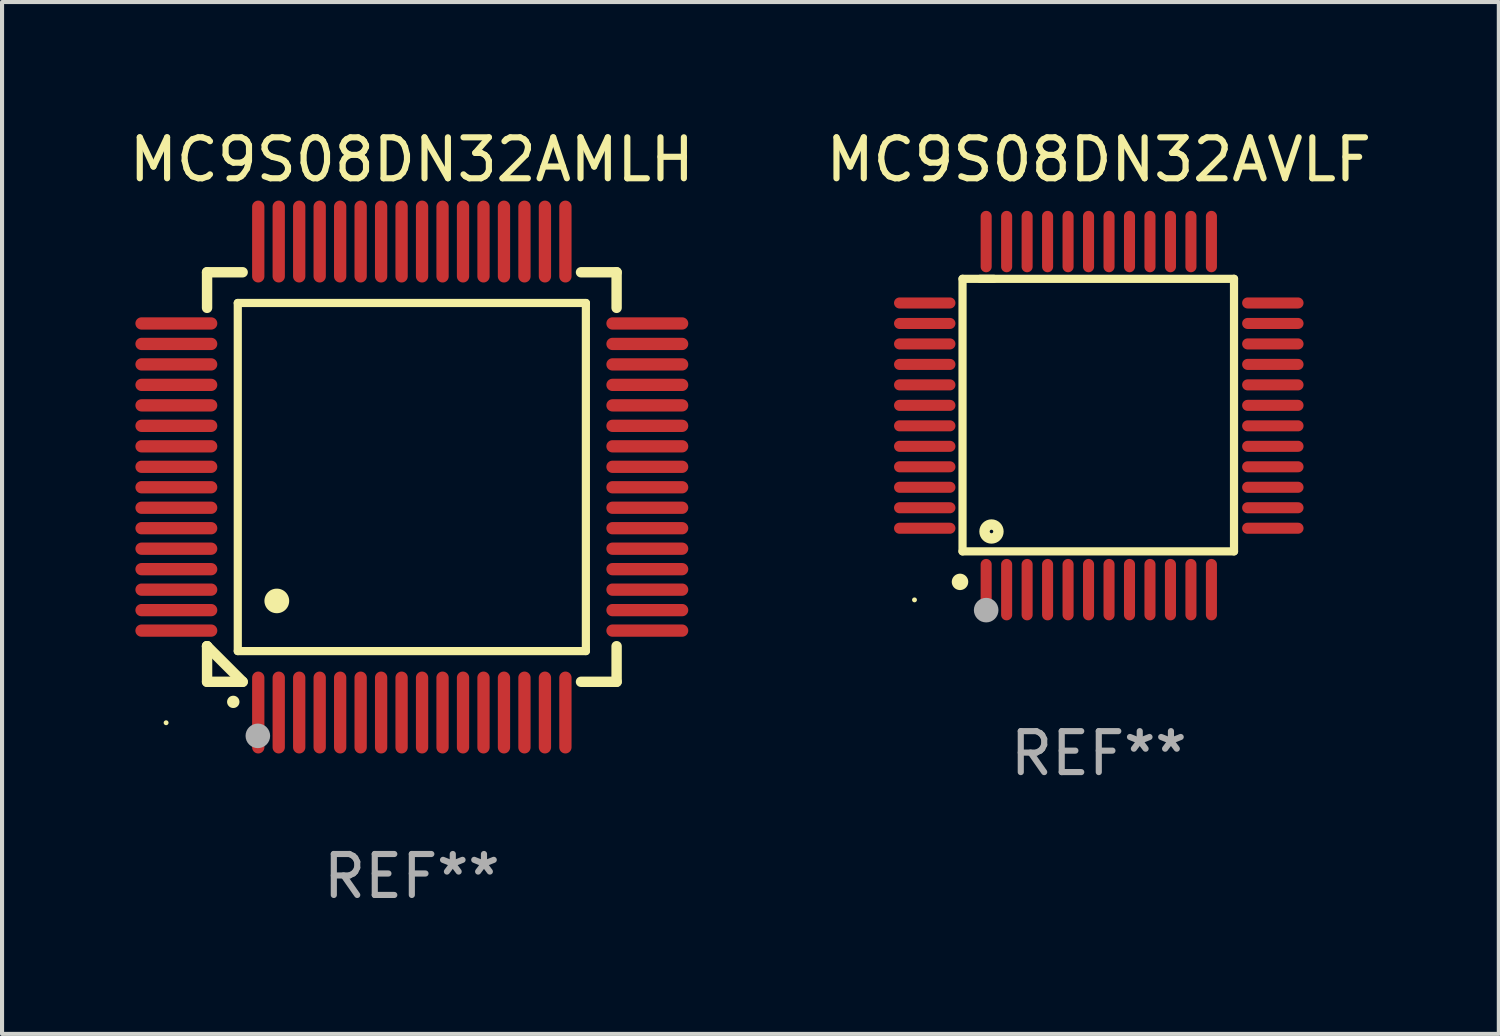
<source format=kicad_pcb>
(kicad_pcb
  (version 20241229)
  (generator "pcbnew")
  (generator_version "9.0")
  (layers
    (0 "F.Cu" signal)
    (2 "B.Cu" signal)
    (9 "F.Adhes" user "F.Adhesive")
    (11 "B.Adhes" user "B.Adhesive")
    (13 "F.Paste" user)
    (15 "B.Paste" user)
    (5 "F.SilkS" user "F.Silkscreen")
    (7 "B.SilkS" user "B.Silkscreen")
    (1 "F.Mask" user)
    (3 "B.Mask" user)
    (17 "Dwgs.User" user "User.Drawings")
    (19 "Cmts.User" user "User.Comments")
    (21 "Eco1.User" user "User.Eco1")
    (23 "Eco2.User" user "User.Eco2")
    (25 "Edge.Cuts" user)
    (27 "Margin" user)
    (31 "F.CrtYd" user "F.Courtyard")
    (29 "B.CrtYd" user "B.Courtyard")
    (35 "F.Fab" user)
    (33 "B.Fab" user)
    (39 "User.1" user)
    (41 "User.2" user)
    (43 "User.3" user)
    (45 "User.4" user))
  (footprint "MC9S08DN32AMLH"
    (layer "F.Cu")
    (at 7.006 8.598)
    (property "Reference" "MC9S08DN32AMLH" (at 0 -7.75 0) (layer "F.SilkS") (effects (font (size 1 1) (thickness 0.15))))
    (attr through_hole)
    (fp_line (start -5 -5) (end -4.131 -5) (stroke (width 0.254) (type solid)) (layer "F.SilkS"))
    (fp_line (start -5 -4.131) (end -5 -5) (stroke (width 0.254) (type solid)) (layer "F.SilkS"))
    (fp_line (start -5 4.131) (end -5 4.131) (stroke (width 0.254) (type solid)) (layer "F.SilkS"))
    (fp_line (start -5 5) (end -5 4.131) (stroke (width 0.254) (type solid)) (layer "F.SilkS"))
    (fp_line (start -5 4.131) (end -4.131 5) (stroke (width 0.254) (type solid)) (layer "F.SilkS"))
    (fp_line (start -4.25 -4.25) (end -4.25 4.25) (stroke (width 0.2) (type solid)) (layer "F.SilkS"))
    (fp_line (start -4.25 4.25) (end 4.25 4.25) (stroke (width 0.2) (type solid)) (layer "F.SilkS"))
    (fp_line (start -4.131 5) (end -5 5) (stroke (width 0.254) (type solid)) (layer "F.SilkS"))
    (fp_line (start 4.25 -4.25) (end -4.25 -4.25) (stroke (width 0.2) (type solid)) (layer "F.SilkS"))
    (fp_line (start 4.25 4.25) (end 4.25 -4.25) (stroke (width 0.2) (type solid)) (layer "F.SilkS"))
    (fp_line (start 5 -5) (end 4.131 -5) (stroke (width 0.254) (type solid)) (layer "F.SilkS"))
    (fp_line (start 5 -5) (end 5 -4.131) (stroke (width 0.254) (type solid)) (layer "F.SilkS"))
    (fp_line (start 5 4.131) (end 5 5) (stroke (width 0.254) (type solid)) (layer "F.SilkS"))
    (fp_line (start 5 5) (end 4.131 5) (stroke (width 0.254) (type solid)) (layer "F.SilkS"))
    (fp_arc (start -4.361265 5.489992) (mid -4.359995 5.489987) (end -4.358725 5.489992) (stroke (width 0.3) (type solid)) (layer "F.SilkS"))
    (fp_arc (start -3.299467 3.025146) (mid -3.296927 3.025135) (end -3.294387 3.025146) (stroke (width 0.6) (type solid)) (layer "F.SilkS"))
    (fp_circle (center -6 6) (end -5.97 6) (stroke (width 0.06) (type solid)) (fill no) (layer "F.SilkS"))
    (fp_circle (center -3.76 6.32) (end -3.61 6.32) (stroke (width 0.3) (type solid)) (fill no) (layer "F.Fab"))
    (fp_text user "REF**" (at 0 9.75 0) (layer "F.Fab") (effects (font (size 1 1) (thickness 0.15))))
    (pad "1" smd oval (at -3.75 5.75) (size 0.3 2) (layers "F.Cu" "F.Mask" "F.Paste"))
    (pad "2" smd oval (at -3.25 5.75) (size 0.3 2) (layers "F.Cu" "F.Mask" "F.Paste"))
    (pad "3" smd oval (at -2.75 5.75) (size 0.3 2) (layers "F.Cu" "F.Mask" "F.Paste"))
    (pad "4" smd oval (at -2.25 5.75) (size 0.3 2) (layers "F.Cu" "F.Mask" "F.Paste"))
    (pad "5" smd oval (at -1.75 5.75) (size 0.3 2) (layers "F.Cu" "F.Mask" "F.Paste"))
    (pad "6" smd oval (at -1.25 5.75) (size 0.3 2) (layers "F.Cu" "F.Mask" "F.Paste"))
    (pad "7" smd oval (at -0.75 5.75) (size 0.3 2) (layers "F.Cu" "F.Mask" "F.Paste"))
    (pad "8" smd oval (at -0.25 5.75) (size 0.3 2) (layers "F.Cu" "F.Mask" "F.Paste"))
    (pad "9" smd oval (at 0.25 5.75) (size 0.3 2) (layers "F.Cu" "F.Mask" "F.Paste"))
    (pad "10" smd oval (at 0.75 5.75) (size 0.3 2) (layers "F.Cu" "F.Mask" "F.Paste"))
    (pad "11" smd oval (at 1.25 5.75) (size 0.3 2) (layers "F.Cu" "F.Mask" "F.Paste"))
    (pad "12" smd oval (at 1.75 5.75) (size 0.3 2) (layers "F.Cu" "F.Mask" "F.Paste"))
    (pad "13" smd oval (at 2.25 5.75) (size 0.3 2) (layers "F.Cu" "F.Mask" "F.Paste"))
    (pad "14" smd oval (at 2.75 5.75) (size 0.3 2) (layers "F.Cu" "F.Mask" "F.Paste"))
    (pad "15" smd oval (at 3.25 5.75) (size 0.3 2) (layers "F.Cu" "F.Mask" "F.Paste"))
    (pad "16" smd oval (at 3.75 5.75) (size 0.3 2) (layers "F.Cu" "F.Mask" "F.Paste"))
    (pad "17" smd oval (at 5.75 3.75) (size 2 0.3) (layers "F.Cu" "F.Mask" "F.Paste"))
    (pad "18" smd oval (at 5.75 3.25) (size 2 0.3) (layers "F.Cu" "F.Mask" "F.Paste"))
    (pad "19" smd oval (at 5.75 2.75) (size 2 0.3) (layers "F.Cu" "F.Mask" "F.Paste"))
    (pad "20" smd oval (at 5.75 2.25) (size 2 0.3) (layers "F.Cu" "F.Mask" "F.Paste"))
    (pad "21" smd oval (at 5.75 1.75) (size 2 0.3) (layers "F.Cu" "F.Mask" "F.Paste"))
    (pad "22" smd oval (at 5.75 1.25) (size 2 0.3) (layers "F.Cu" "F.Mask" "F.Paste"))
    (pad "23" smd oval (at 5.75 0.75) (size 2 0.3) (layers "F.Cu" "F.Mask" "F.Paste"))
    (pad "24" smd oval (at 5.75 0.25) (size 2 0.3) (layers "F.Cu" "F.Mask" "F.Paste"))
    (pad "25" smd oval (at 5.75 -0.25) (size 2 0.3) (layers "F.Cu" "F.Mask" "F.Paste"))
    (pad "26" smd oval (at 5.75 -0.75) (size 2 0.3) (layers "F.Cu" "F.Mask" "F.Paste"))
    (pad "27" smd oval (at 5.75 -1.25) (size 2 0.3) (layers "F.Cu" "F.Mask" "F.Paste"))
    (pad "28" smd oval (at 5.75 -1.75) (size 2 0.3) (layers "F.Cu" "F.Mask" "F.Paste"))
    (pad "29" smd oval (at 5.75 -2.25) (size 2 0.3) (layers "F.Cu" "F.Mask" "F.Paste"))
    (pad "30" smd oval (at 5.75 -2.75) (size 2 0.3) (layers "F.Cu" "F.Mask" "F.Paste"))
    (pad "31" smd oval (at 5.75 -3.25) (size 2 0.3) (layers "F.Cu" "F.Mask" "F.Paste"))
    (pad "32" smd oval (at 5.75 -3.75) (size 2 0.3) (layers "F.Cu" "F.Mask" "F.Paste"))
    (pad "33" smd oval (at 3.75 -5.75) (size 0.3 2) (layers "F.Cu" "F.Mask" "F.Paste"))
    (pad "34" smd oval (at 3.25 -5.75) (size 0.3 2) (layers "F.Cu" "F.Mask" "F.Paste"))
    (pad "35" smd oval (at 2.75 -5.75) (size 0.3 2) (layers "F.Cu" "F.Mask" "F.Paste"))
    (pad "36" smd oval (at 2.25 -5.75) (size 0.3 2) (layers "F.Cu" "F.Mask" "F.Paste"))
    (pad "37" smd oval (at 1.75 -5.75) (size 0.3 2) (layers "F.Cu" "F.Mask" "F.Paste"))
    (pad "38" smd oval (at 1.25 -5.75) (size 0.3 2) (layers "F.Cu" "F.Mask" "F.Paste"))
    (pad "39" smd oval (at 0.75 -5.75) (size 0.3 2) (layers "F.Cu" "F.Mask" "F.Paste"))
    (pad "40" smd oval (at 0.25 -5.75) (size 0.3 2) (layers "F.Cu" "F.Mask" "F.Paste"))
    (pad "41" smd oval (at -0.25 -5.75) (size 0.3 2) (layers "F.Cu" "F.Mask" "F.Paste"))
    (pad "42" smd oval (at -0.75 -5.75) (size 0.3 2) (layers "F.Cu" "F.Mask" "F.Paste"))
    (pad "43" smd oval (at -1.25 -5.75) (size 0.3 2) (layers "F.Cu" "F.Mask" "F.Paste"))
    (pad "44" smd oval (at -1.75 -5.75) (size 0.3 2) (layers "F.Cu" "F.Mask" "F.Paste"))
    (pad "45" smd oval (at -2.25 -5.75) (size 0.3 2) (layers "F.Cu" "F.Mask" "F.Paste"))
    (pad "46" smd oval (at -2.75 -5.75) (size 0.3 2) (layers "F.Cu" "F.Mask" "F.Paste"))
    (pad "47" smd oval (at -3.25 -5.75) (size 0.3 2) (layers "F.Cu" "F.Mask" "F.Paste"))
    (pad "48" smd oval (at -3.75 -5.75) (size 0.3 2) (layers "F.Cu" "F.Mask" "F.Paste"))
    (pad "49" smd oval (at -5.75 -3.75) (size 2 0.3) (layers "F.Cu" "F.Mask" "F.Paste"))
    (pad "50" smd oval (at -5.75 -3.25) (size 2 0.3) (layers "F.Cu" "F.Mask" "F.Paste"))
    (pad "51" smd oval (at -5.75 -2.75) (size 2 0.3) (layers "F.Cu" "F.Mask" "F.Paste"))
    (pad "52" smd oval (at -5.75 -2.25) (size 2 0.3) (layers "F.Cu" "F.Mask" "F.Paste"))
    (pad "53" smd oval (at -5.75 -1.75) (size 2 0.3) (layers "F.Cu" "F.Mask" "F.Paste"))
    (pad "54" smd oval (at -5.75 -1.25) (size 2 0.3) (layers "F.Cu" "F.Mask" "F.Paste"))
    (pad "55" smd oval (at -5.75 -0.75) (size 2 0.3) (layers "F.Cu" "F.Mask" "F.Paste"))
    (pad "56" smd oval (at -5.75 -0.25) (size 2 0.3) (layers "F.Cu" "F.Mask" "F.Paste"))
    (pad "57" smd oval (at -5.75 0.25) (size 2 0.3) (layers "F.Cu" "F.Mask" "F.Paste"))
    (pad "58" smd oval (at -5.75 0.75) (size 2 0.3) (layers "F.Cu" "F.Mask" "F.Paste"))
    (pad "59" smd oval (at -5.75 1.25) (size 2 0.3) (layers "F.Cu" "F.Mask" "F.Paste"))
    (pad "60" smd oval (at -5.75 1.75) (size 2 0.3) (layers "F.Cu" "F.Mask" "F.Paste"))
    (pad "61" smd oval (at -5.75 2.25) (size 2 0.3) (layers "F.Cu" "F.Mask" "F.Paste"))
    (pad "62" smd oval (at -5.75 2.75) (size 2 0.3) (layers "F.Cu" "F.Mask" "F.Paste"))
    (pad "63" smd oval (at -5.75 3.25) (size 2 0.3) (layers "F.Cu" "F.Mask" "F.Paste"))
    (pad "64" smd oval (at -5.75 3.75) (size 2 0.3) (layers "F.Cu" "F.Mask" "F.Paste")))
  (footprint "MC9S08DN32AVLF"
    (layer "F.Cu")
    (at 23.78 7.098)
    (property "Reference" "MC9S08DN32AVLF" (at 0 -6.25 0) (layer "F.SilkS") (effects (font (size 1 1) (thickness 0.15))))
    (attr through_hole)
    (fp_line (start -3.327 -3.34) (end -2.565 -3.34) (stroke (width 0.2) (type solid)) (layer "F.SilkS"))
    (fp_line (start -3.327 3.315) (end -3.327 -3.34) (stroke (width 0.2) (type solid)) (layer "F.SilkS"))
    (fp_line (start -2.896 -3.34) (end 3.302 -3.34) (stroke (width 0.2) (type solid)) (layer "F.SilkS"))
    (fp_line (start 3.302 -3.34) (end 3.302 3.315) (stroke (width 0.2) (type solid)) (layer "F.SilkS"))
    (fp_line (start 3.302 3.315) (end -3.327 3.315) (stroke (width 0.2) (type solid)) (layer "F.SilkS"))
    (fp_arc (start -3.389992 4.059995) (mid -3.388722 4.059991) (end -3.387452 4.059995) (stroke (width 0.4) (type solid)) (layer "F.SilkS"))
    (fp_circle (center -4.5 4.5) (end -4.47 4.5) (stroke (width 0.06) (type solid)) (fill no) (layer "F.SilkS"))
    (fp_circle (center -2.62 2.83) (end -2.45 2.83) (stroke (width 0.254) (type solid)) (fill no) (layer "F.SilkS"))
    (fp_circle (center -2.75 4.75) (end -2.6 4.75) (stroke (width 0.3) (type solid)) (fill no) (layer "F.Fab"))
    (fp_text user "REF**" (at 0 8.25 0) (layer "F.Fab") (effects (font (size 1 1) (thickness 0.15))))
    (pad "1" smd oval (at -2.75 4.25) (size 0.27 1.5) (layers "F.Cu" "F.Mask" "F.Paste"))
    (pad "2" smd oval (at -2.25 4.25) (size 0.27 1.5) (layers "F.Cu" "F.Mask" "F.Paste"))
    (pad "3" smd oval (at -1.75 4.25) (size 0.27 1.5) (layers "F.Cu" "F.Mask" "F.Paste"))
    (pad "4" smd oval (at -1.25 4.25) (size 0.27 1.5) (layers "F.Cu" "F.Mask" "F.Paste"))
    (pad "5" smd oval (at -0.75 4.25) (size 0.27 1.5) (layers "F.Cu" "F.Mask" "F.Paste"))
    (pad "6" smd oval (at -0.25 4.25) (size 0.27 1.5) (layers "F.Cu" "F.Mask" "F.Paste"))
    (pad "7" smd oval (at 0.25 4.25) (size 0.27 1.5) (layers "F.Cu" "F.Mask" "F.Paste"))
    (pad "8" smd oval (at 0.75 4.25) (size 0.27 1.5) (layers "F.Cu" "F.Mask" "F.Paste"))
    (pad "9" smd oval (at 1.25 4.25) (size 0.27 1.5) (layers "F.Cu" "F.Mask" "F.Paste"))
    (pad "10" smd oval (at 1.75 4.25) (size 0.27 1.5) (layers "F.Cu" "F.Mask" "F.Paste"))
    (pad "11" smd oval (at 2.25 4.25) (size 0.27 1.5) (layers "F.Cu" "F.Mask" "F.Paste"))
    (pad "12" smd oval (at 2.75 4.25) (size 0.27 1.5) (layers "F.Cu" "F.Mask" "F.Paste"))
    (pad "13" smd oval (at 4.25 2.75) (size 1.5 0.27) (layers "F.Cu" "F.Mask" "F.Paste"))
    (pad "14" smd oval (at 4.25 2.25) (size 1.5 0.27) (layers "F.Cu" "F.Mask" "F.Paste"))
    (pad "15" smd oval (at 4.25 1.75) (size 1.5 0.27) (layers "F.Cu" "F.Mask" "F.Paste"))
    (pad "16" smd oval (at 4.25 1.25) (size 1.5 0.27) (layers "F.Cu" "F.Mask" "F.Paste"))
    (pad "17" smd oval (at 4.25 0.75) (size 1.5 0.27) (layers "F.Cu" "F.Mask" "F.Paste"))
    (pad "18" smd oval (at 4.25 0.25) (size 1.5 0.27) (layers "F.Cu" "F.Mask" "F.Paste"))
    (pad "19" smd oval (at 4.25 -0.25) (size 1.5 0.27) (layers "F.Cu" "F.Mask" "F.Paste"))
    (pad "20" smd oval (at 4.25 -0.75) (size 1.5 0.27) (layers "F.Cu" "F.Mask" "F.Paste"))
    (pad "21" smd oval (at 4.25 -1.25) (size 1.5 0.27) (layers "F.Cu" "F.Mask" "F.Paste"))
    (pad "22" smd oval (at 4.25 -1.75) (size 1.5 0.27) (layers "F.Cu" "F.Mask" "F.Paste"))
    (pad "23" smd oval (at 4.25 -2.25) (size 1.5 0.27) (layers "F.Cu" "F.Mask" "F.Paste"))
    (pad "24" smd oval (at 4.25 -2.75) (size 1.5 0.27) (layers "F.Cu" "F.Mask" "F.Paste"))
    (pad "25" smd oval (at 2.75 -4.25) (size 0.27 1.5) (layers "F.Cu" "F.Mask" "F.Paste"))
    (pad "26" smd oval (at 2.25 -4.25) (size 0.27 1.5) (layers "F.Cu" "F.Mask" "F.Paste"))
    (pad "27" smd oval (at 1.75 -4.25) (size 0.27 1.5) (layers "F.Cu" "F.Mask" "F.Paste"))
    (pad "28" smd oval (at 1.25 -4.25) (size 0.27 1.5) (layers "F.Cu" "F.Mask" "F.Paste"))
    (pad "29" smd oval (at 0.75 -4.25) (size 0.27 1.5) (layers "F.Cu" "F.Mask" "F.Paste"))
    (pad "30" smd oval (at 0.25 -4.25) (size 0.27 1.5) (layers "F.Cu" "F.Mask" "F.Paste"))
    (pad "31" smd oval (at -0.25 -4.25) (size 0.27 1.5) (layers "F.Cu" "F.Mask" "F.Paste"))
    (pad "32" smd oval (at -0.75 -4.25) (size 0.27 1.5) (layers "F.Cu" "F.Mask" "F.Paste"))
    (pad "33" smd oval (at -1.25 -4.25) (size 0.27 1.5) (layers "F.Cu" "F.Mask" "F.Paste"))
    (pad "34" smd oval (at -1.75 -4.25) (size 0.27 1.5) (layers "F.Cu" "F.Mask" "F.Paste"))
    (pad "35" smd oval (at -2.25 -4.25) (size 0.27 1.5) (layers "F.Cu" "F.Mask" "F.Paste"))
    (pad "36" smd oval (at -2.75 -4.25) (size 0.27 1.5) (layers "F.Cu" "F.Mask" "F.Paste"))
    (pad "37" smd oval (at -4.25 -2.75) (size 1.5 0.27) (layers "F.Cu" "F.Mask" "F.Paste"))
    (pad "38" smd oval (at -4.25 -2.25) (size 1.5 0.27) (layers "F.Cu" "F.Mask" "F.Paste"))
    (pad "39" smd oval (at -4.25 -1.75) (size 1.5 0.27) (layers "F.Cu" "F.Mask" "F.Paste"))
    (pad "40" smd oval (at -4.25 -1.25) (size 1.5 0.27) (layers "F.Cu" "F.Mask" "F.Paste"))
    (pad "41" smd oval (at -4.25 -0.75) (size 1.5 0.27) (layers "F.Cu" "F.Mask" "F.Paste"))
    (pad "42" smd oval (at -4.25 -0.25) (size 1.5 0.27) (layers "F.Cu" "F.Mask" "F.Paste"))
    (pad "43" smd oval (at -4.25 0.25) (size 1.5 0.27) (layers "F.Cu" "F.Mask" "F.Paste"))
    (pad "44" smd oval (at -4.25 0.75) (size 1.5 0.27) (layers "F.Cu" "F.Mask" "F.Paste"))
    (pad "45" smd oval (at -4.25 1.25) (size 1.5 0.27) (layers "F.Cu" "F.Mask" "F.Paste"))
    (pad "46" smd oval (at -4.25 1.75) (size 1.5 0.27) (layers "F.Cu" "F.Mask" "F.Paste"))
    (pad "47" smd oval (at -4.25 2.25) (size 1.5 0.27) (layers "F.Cu" "F.Mask" "F.Paste"))
    (pad "48" smd oval (at -4.25 2.75) (size 1.5 0.27) (layers "F.Cu" "F.Mask" "F.Paste")))
  (gr_rect
    (start -3 -3)
    (end 33.548 22.196)
    (stroke (width 0.1) (type default))
    (fill no)
    (layer "Edge.Cuts")))
</source>
